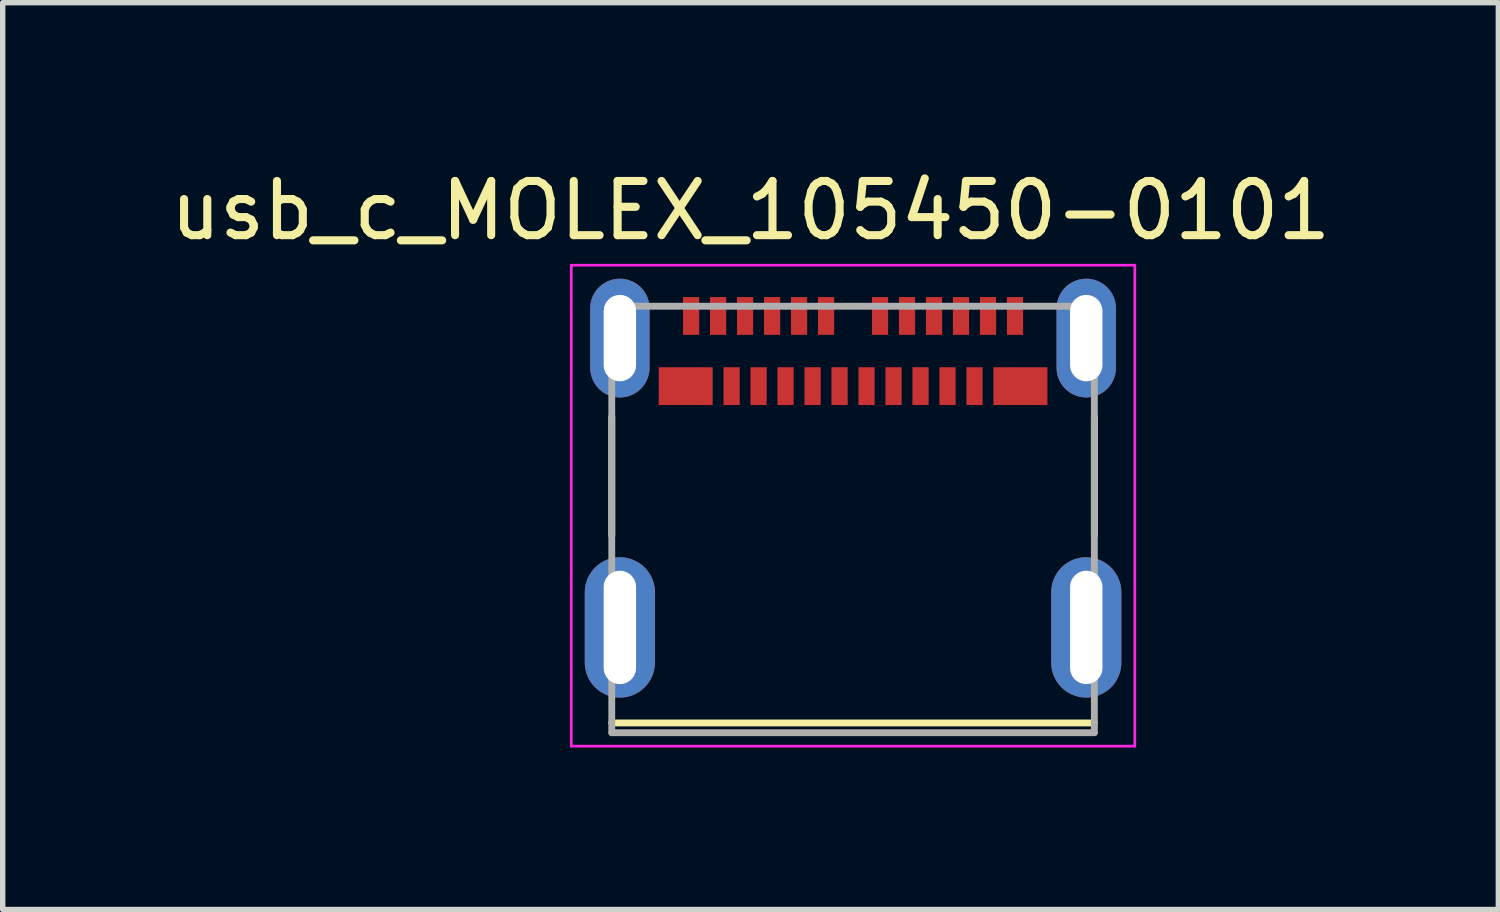
<source format=kicad_pcb>
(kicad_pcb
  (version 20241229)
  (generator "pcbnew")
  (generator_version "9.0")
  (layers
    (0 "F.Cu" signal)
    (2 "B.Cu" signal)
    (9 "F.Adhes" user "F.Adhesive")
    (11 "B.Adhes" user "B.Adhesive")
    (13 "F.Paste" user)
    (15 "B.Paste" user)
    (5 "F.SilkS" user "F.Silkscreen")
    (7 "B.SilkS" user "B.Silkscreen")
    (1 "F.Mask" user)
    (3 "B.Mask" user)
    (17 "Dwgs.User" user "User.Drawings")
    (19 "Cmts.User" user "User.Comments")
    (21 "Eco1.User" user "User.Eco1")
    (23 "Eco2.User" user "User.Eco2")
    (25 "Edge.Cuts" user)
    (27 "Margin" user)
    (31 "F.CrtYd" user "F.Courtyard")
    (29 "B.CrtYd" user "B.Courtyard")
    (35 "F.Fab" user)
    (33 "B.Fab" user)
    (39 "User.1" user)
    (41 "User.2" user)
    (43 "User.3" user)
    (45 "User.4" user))
  (footprint "usb_c_MOLEX_105450-0101"
    (layer "F.Cu")
    (at 12.753 6.573)
    (property "Reference" "usb_c_MOLEX_105450-0101" (at -1.899 -5.723 0) (layer "F.SilkS") (effects (font (size 1.004 1.004) (thickness 0.15))))
    (attr smd)
    (fp_line (start -4.47 0.3) (end -4.47 -1.9) (stroke (width 0.127) (type solid)) (layer "F.SilkS"))
    (fp_line (start -4.47 3.77) (end 4.47 3.77) (stroke (width 0.127) (type solid)) (layer "F.SilkS"))
    (fp_line (start 4.47 0.3) (end 4.47 -1.9) (stroke (width 0.127) (type solid)) (layer "F.SilkS"))
    (fp_line (start -5.22 -4.71) (end 5.22 -4.71) (stroke (width 0.05) (type solid)) (layer "F.CrtYd"))
    (fp_line (start -5.22 4.2) (end -5.22 -4.71) (stroke (width 0.05) (type solid)) (layer "F.CrtYd"))
    (fp_line (start 5.22 -4.71) (end 5.22 4.2) (stroke (width 0.05) (type solid)) (layer "F.CrtYd"))
    (fp_line (start 5.22 4.2) (end -5.22 4.2) (stroke (width 0.05) (type solid)) (layer "F.CrtYd"))
    (fp_line (start -4.47 -3.95) (end -4.47 3.95) (stroke (width 0.127) (type solid)) (layer "F.Fab"))
    (fp_line (start -4.47 3.95) (end 4.47 3.95) (stroke (width 0.127) (type solid)) (layer "F.Fab"))
    (fp_line (start 4.47 -3.95) (end -4.47 -3.95) (stroke (width 0.127) (type solid)) (layer "F.Fab"))
    (fp_line (start 4.47 3.95) (end 4.47 -3.95) (stroke (width 0.127) (type solid)) (layer "F.Fab"))
    (pad "A1" smd rect (at -3 -3.77) (size 0.3 0.7) (layers "F.Cu" "F.Mask" "F.Paste"))
    (pad "A2" smd rect (at -2.5 -3.77) (size 0.3 0.7) (layers "F.Cu" "F.Mask" "F.Paste"))
    (pad "A3" smd rect (at -2 -3.77) (size 0.3 0.7) (layers "F.Cu" "F.Mask" "F.Paste"))
    (pad "A4" smd rect (at -1.5 -3.77) (size 0.3 0.7) (layers "F.Cu" "F.Mask" "F.Paste"))
    (pad "A5" smd rect (at -1 -3.77) (size 0.3 0.7) (layers "F.Cu" "F.Mask" "F.Paste"))
    (pad "A6" smd rect (at -0.5 -3.77) (size 0.3 0.7) (layers "F.Cu" "F.Mask" "F.Paste"))
    (pad "A7" smd rect (at 0.5 -3.77) (size 0.3 0.7) (layers "F.Cu" "F.Mask" "F.Paste"))
    (pad "A8" smd rect (at 1 -3.77) (size 0.3 0.7) (layers "F.Cu" "F.Mask" "F.Paste"))
    (pad "A9" smd rect (at 1.5 -3.77) (size 0.3 0.7) (layers "F.Cu" "F.Mask" "F.Paste"))
    (pad "A10" smd rect (at 2 -3.77) (size 0.3 0.7) (layers "F.Cu" "F.Mask" "F.Paste"))
    (pad "A11" smd rect (at 2.5 -3.77) (size 0.3 0.7) (layers "F.Cu" "F.Mask" "F.Paste"))
    (pad "A12" smd rect (at 3 -3.77) (size 0.3 0.7) (layers "F.Cu" "F.Mask" "F.Paste"))
    (pad "B1" smd rect (at 3.1 -2.47) (size 1 0.7) (layers "F.Cu" "F.Mask" "F.Paste"))
    (pad "B2" smd rect (at 2.25 -2.47) (size 0.3 0.7) (layers "F.Cu" "F.Mask" "F.Paste"))
    (pad "B3" smd rect (at 1.75 -2.47) (size 0.3 0.7) (layers "F.Cu" "F.Mask" "F.Paste"))
    (pad "B4" smd rect (at 1.25 -2.47) (size 0.3 0.7) (layers "F.Cu" "F.Mask" "F.Paste"))
    (pad "B5" smd rect (at 0.75 -2.47) (size 0.3 0.7) (layers "F.Cu" "F.Mask" "F.Paste"))
    (pad "B6" smd rect (at 0.25 -2.47) (size 0.3 0.7) (layers "F.Cu" "F.Mask" "F.Paste"))
    (pad "B7" smd rect (at -0.25 -2.47) (size 0.3 0.7) (layers "F.Cu" "F.Mask" "F.Paste"))
    (pad "B8" smd rect (at -0.75 -2.47) (size 0.3 0.7) (layers "F.Cu" "F.Mask" "F.Paste"))
    (pad "B9" smd rect (at -1.25 -2.47) (size 0.3 0.7) (layers "F.Cu" "F.Mask" "F.Paste"))
    (pad "B10" smd rect (at -1.75 -2.47) (size 0.3 0.7) (layers "F.Cu" "F.Mask" "F.Paste"))
    (pad "B11" smd rect (at -2.25 -2.47) (size 0.3 0.7) (layers "F.Cu" "F.Mask" "F.Paste"))
    (pad "B12" smd rect (at -3.1 -2.47) (size 1 0.7) (layers "F.Cu" "F.Mask" "F.Paste"))
    (pad "S1" thru_hole oval (at -4.32 -3.36) (size 1.1 2.2) (drill oval 0.6 1.6) (layers "*.Cu" "*.Mask"))
    (pad "S2" thru_hole oval (at 4.32 -3.36) (size 1.1 2.2) (drill oval 0.6 1.6) (layers "*.Cu" "*.Mask"))
    (pad "S3" thru_hole oval (at -4.32 2) (size 1.3 2.6) (drill oval 0.6 2.1) (layers "*.Cu" "*.Mask"))
    (pad "S4" thru_hole oval (at 4.32 2) (size 1.3 2.6) (drill oval 0.6 2.1) (layers "*.Cu" "*.Mask"))
    (zone (net_name "") (layer "F.Cu") (hatch full 0.508) (connect_pads) (min_thickness 0.01) (filled_areas_thickness no) (keepout (tracks not_allowed) (vias not_allowed) (pads not_allowed) (copperpour not_allowed) (footprints allowed)) (placement (enabled no)) (fill) (polygon (pts (xy 9.252 4.693) (xy 16.253 4.693) (xy 16.253 10.344) (xy 9.252 10.344))))
    (zone (net_name "") (layers "F.Cu" "B.Cu") (hatch full 0.508) (connect_pads) (min_thickness 0.01) (filled_areas_thickness no) (keepout (tracks allowed) (vias not_allowed) (pads allowed) (copperpour allowed) (footprints allowed)) (placement (enabled no)) (fill) (polygon (pts (xy 9.25 4.693) (xy 16.253 4.693) (xy 16.253 10.346) (xy 9.25 10.346)))))
  (gr_rect
    (start -3 -3)
    (end 24.707 13.798)
    (stroke (width 0.1) (type default))
    (fill no)
    (layer "Edge.Cuts")))
</source>
